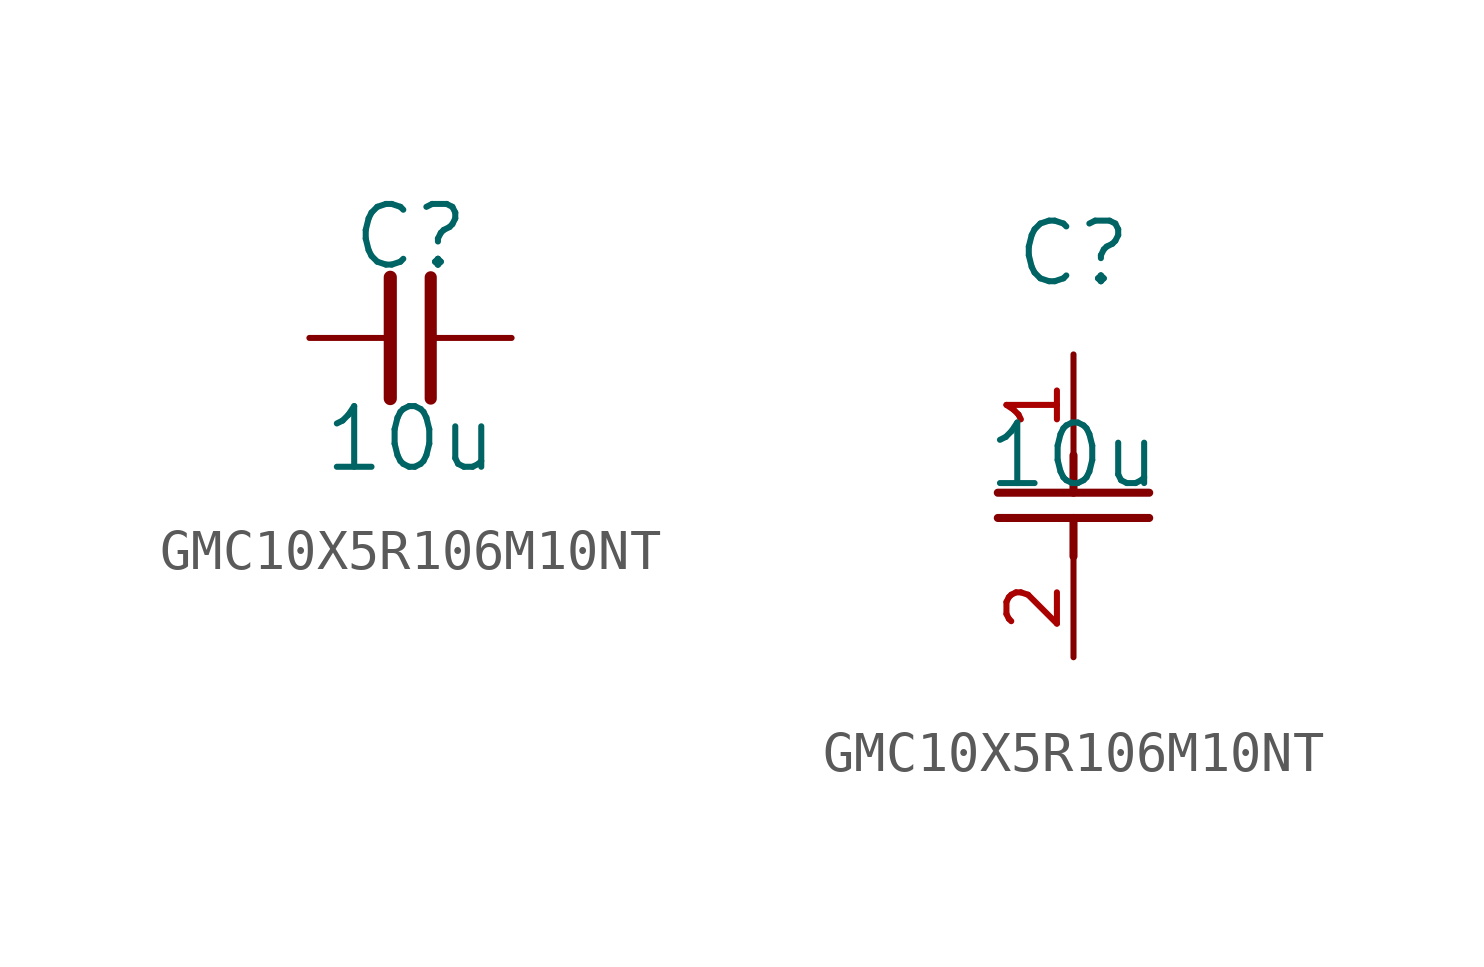
<source format=kicad_sym>
(kicad_symbol_lib
  (version 20220914)
  (generator kicad_symbol_editor)
  (symbol "GMC10X5R106M10NT"
    (pin_names
      (offset 0.254))
    (property "Reference" "C"
      (at 0 2.54 0)
      (effects (font (size 1.524 1.524))))
    (property "Value" "10u"
      (at 0 -2.54 0)
      (effects (font (size 1.524 1.524))))
    (property "ki_locked" ""
      (at 0 0 0)
      (effects (font (size 1.27 1.27))))
    (symbol "GMC10X5R106M10NT_0_1"
      (polyline (pts (xy -0.508 1.524) (xy -0.508 -1.524)) (stroke (width 0.33) (type default)) (fill (type none)))
      (polyline (pts (xy 0.508 1.524) (xy 0.508 -1.524)) (stroke (width 0.305) (type default)) (fill (type none))))
    (symbol "GMC10X5R106M10NT_1_1"
      (pin passive line (at -2.54 0 0) (length 2.032) (name "~" (effects (font (size 1.27 1.27)))) (number "" (effects (font (size 1.27 1.27)))))
      (pin passive line (at 2.54 0 180) (length 2.032) (name "~" (effects (font (size 1.27 1.27)))) (number "" (effects (font (size 1.27 1.27))))))
    (symbol "GMC10X5R106M10NT_1_2"
      (polyline (pts (xy -1.905 -4.115) (xy 1.905 -4.115)) (stroke (width 0.203) (type default)) (fill (type none)))
      (polyline (pts (xy -1.905 -3.48) (xy 1.905 -3.48)) (stroke (width 0.203) (type default)) (fill (type none)))
      (polyline (pts (xy 0 -4.115) (xy 0 -5.08)) (stroke (width 0.203) (type default)) (fill (type none)))
      (polyline (pts (xy 0 -2.54) (xy 0 -3.48)) (stroke (width 0.203) (type default)) (fill (type none)))
      (pin unspecified line (at 0 0 270) (length 2.54) (name "" (effects (font (size 1.27 1.27)))) (number "1" (effects (font (size 1.27 1.27)))))
      (pin unspecified line (at 0 -7.62 90) (length 2.54) (name "" (effects (font (size 1.27 1.27)))) (number "2" (effects (font (size 1.27 1.27))))))))
</source>
